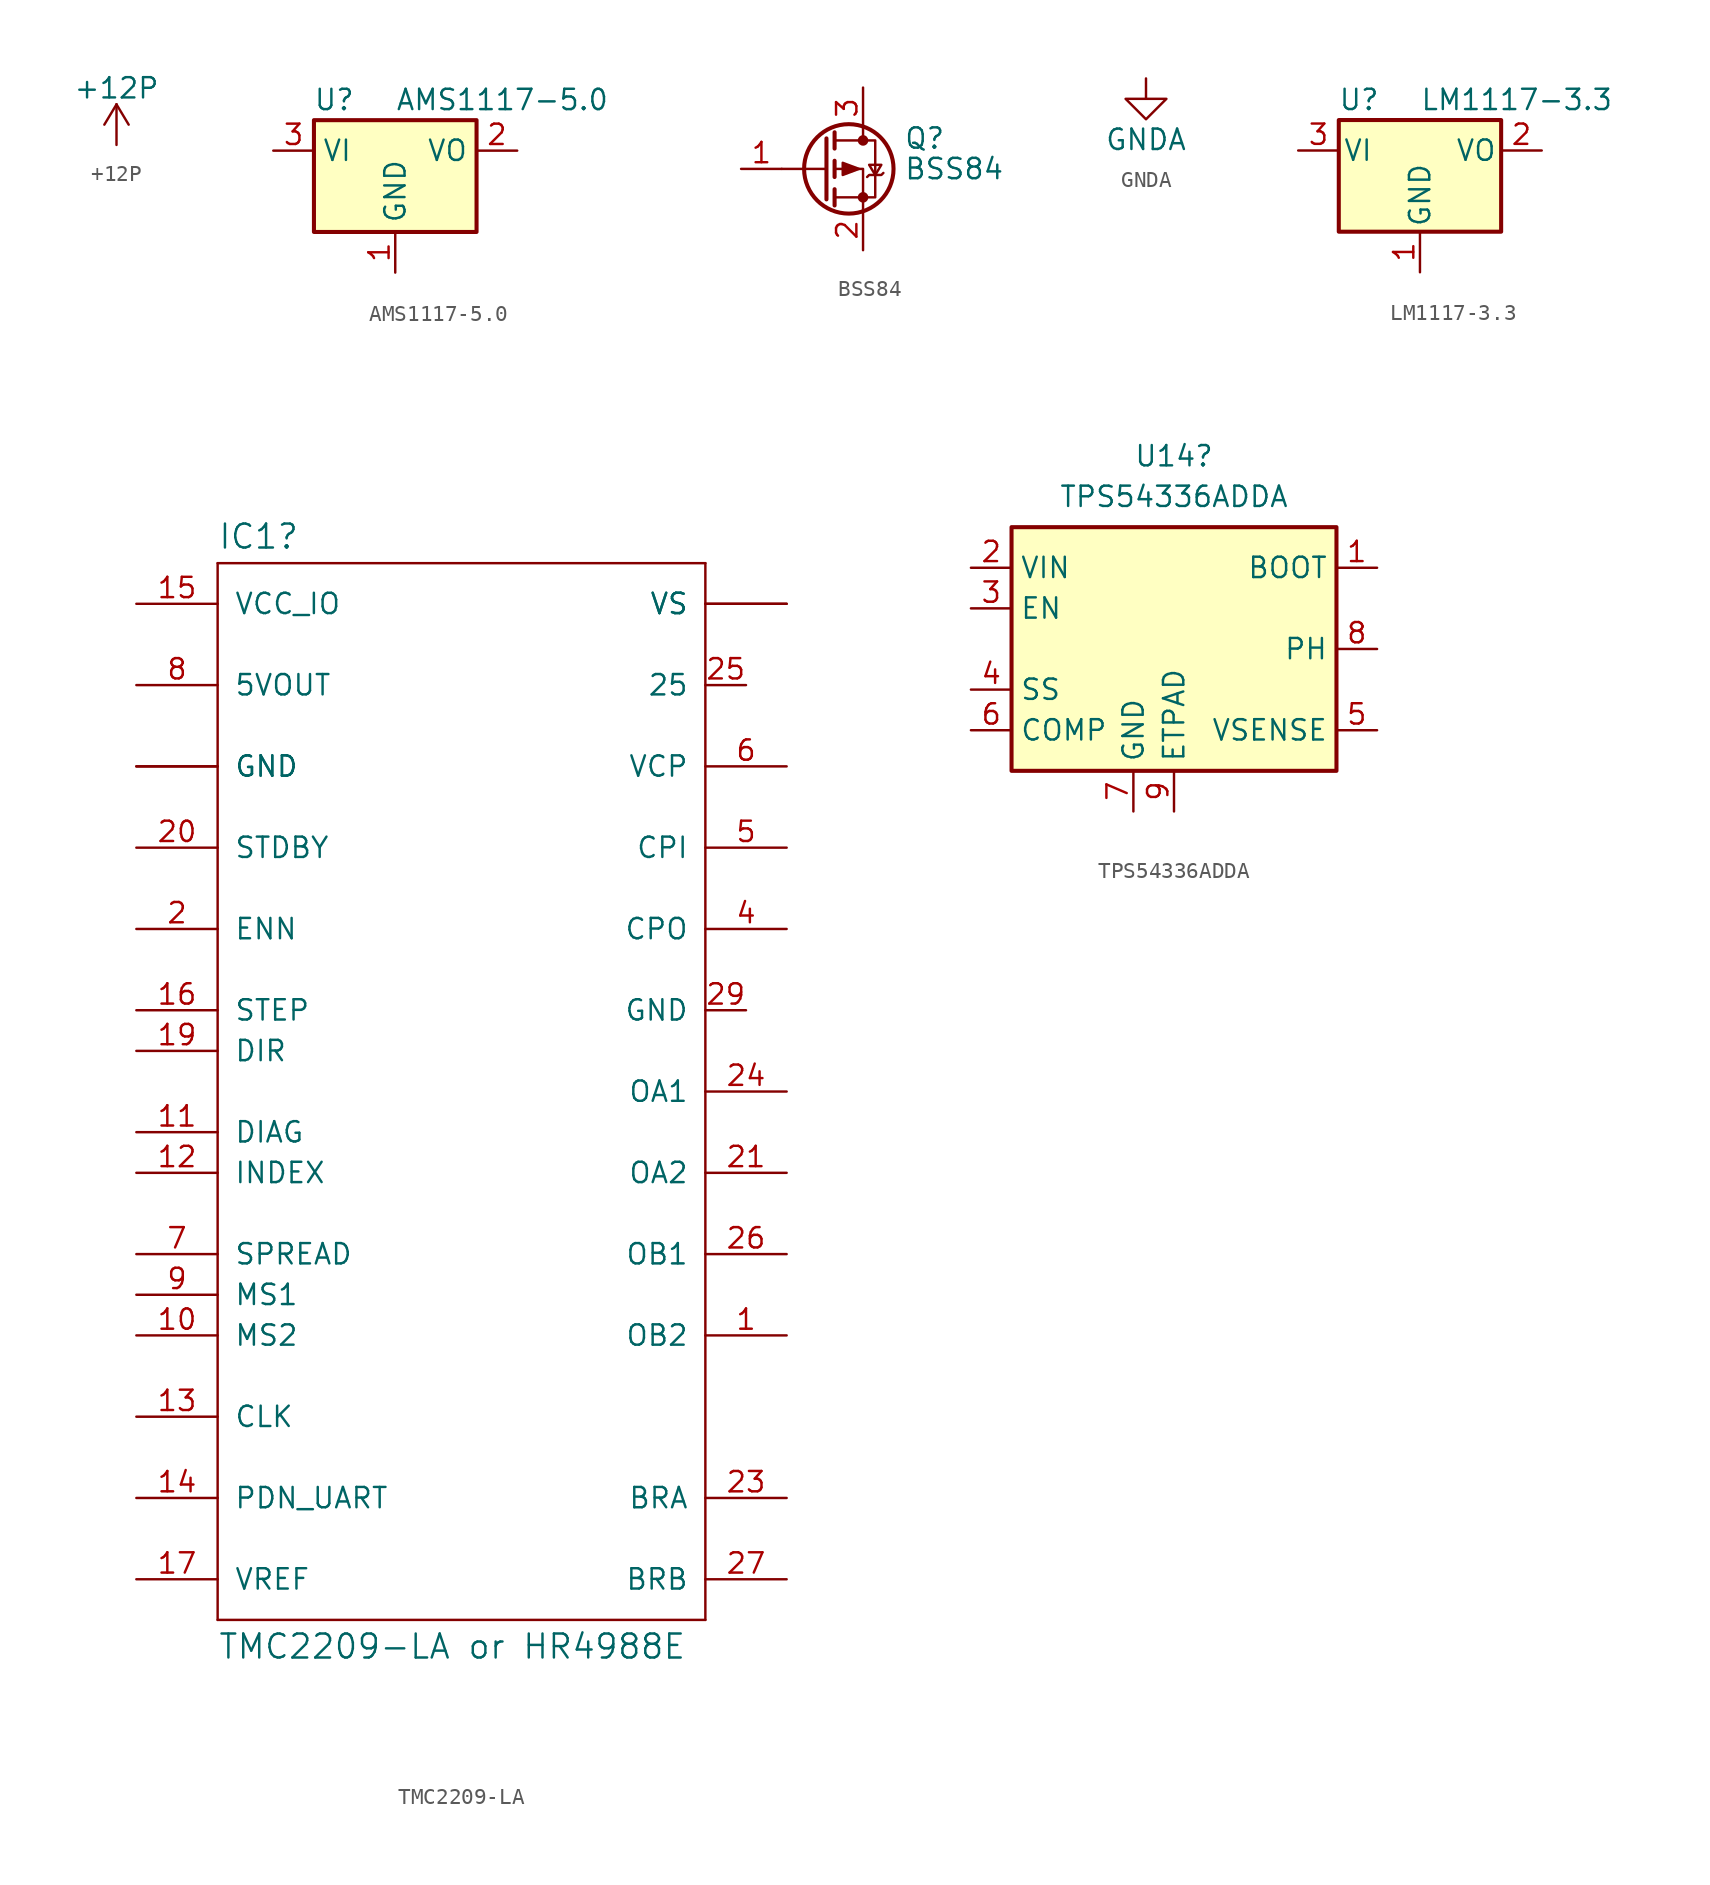
<source format=kicad_sym>
(kicad_symbol_lib
  (version 20231120)
  (generator "kicad_symbol_editor")
  (generator_version "8.0")
  (symbol "+12P"
    (power)
    (pin_names
      (offset 0))
    (property "Reference" "#PWR"
      (at 0 -3.81 0)
      (effects (font (size 1.27 1.27)) (hide yes)))
    (property "Value" "+12P"
      (at 0 3.556 0)
      (effects (font (size 1.27 1.27))))
    (symbol "+12P_0_1"
      (polyline (pts (xy -0.762 1.27) (xy 0 2.54)) (stroke (width 0) (type default)) (fill (type none)))
      (polyline (pts (xy 0 0) (xy 0 2.54)) (stroke (width 0) (type default)) (fill (type none)))
      (polyline (pts (xy 0 2.54) (xy 0.762 1.27)) (stroke (width 0) (type default)) (fill (type none))))
    (symbol "+12P_1_1"
      (pin power_in line (at 0 0 90) (length 0) hide (name "+12P" (effects (font (size 1.27 1.27)))) (number "1" (effects (font (size 1.27 1.27)))))))
  (symbol "AMS1117-5.0"
    (property "Reference" "U"
      (at -3.81 3.175 0)
      (effects (font (size 1.27 1.27))))
    (property "Value" "AMS1117-5.0"
      (at 0 3.175 0)
      (effects (font (size 1.27 1.27)) (justify left)))
    (symbol "AMS1117-5.0_0_1"
      (rectangle (start -5.08 -5.08) (end 5.08 1.905) (stroke (width 0.254) (type default)) (fill (type background))))
    (symbol "AMS1117-5.0_1_1"
      (pin power_in line (at 0 -7.62 90) (length 2.54) (name "GND" (effects (font (size 1.27 1.27)))) (number "1" (effects (font (size 1.27 1.27)))))
      (pin power_out line (at 7.62 0 180) (length 2.54) (name "VO" (effects (font (size 1.27 1.27)))) (number "2" (effects (font (size 1.27 1.27)))))
      (pin power_in line (at -7.62 0 0) (length 2.54) (name "VI" (effects (font (size 1.27 1.27)))) (number "3" (effects (font (size 1.27 1.27)))))))
  (symbol "BSS84"
    (pin_names hide)
    (property "Reference" "Q"
      (at 5.08 1.905 0)
      (effects (font (size 1.27 1.27)) (justify left)))
    (property "Value" "BSS84"
      (at 5.08 0 0)
      (effects (font (size 1.27 1.27)) (justify left)))
    (symbol "BSS84_0_1"
      (polyline (pts (xy 0.254 0) (xy -2.54 0)) (stroke (width 0) (type default)) (fill (type none)))
      (polyline (pts (xy 0.254 1.905) (xy 0.254 -1.905)) (stroke (width 0.254) (type default)) (fill (type none)))
      (polyline (pts (xy 0.762 -1.27) (xy 0.762 -2.286)) (stroke (width 0.254) (type default)) (fill (type none)))
      (polyline (pts (xy 0.762 0.508) (xy 0.762 -0.508)) (stroke (width 0.254) (type default)) (fill (type none)))
      (polyline (pts (xy 0.762 2.286) (xy 0.762 1.27)) (stroke (width 0.254) (type default)) (fill (type none)))
      (polyline (pts (xy 2.54 2.54) (xy 2.54 1.778)) (stroke (width 0) (type default)) (fill (type none)))
      (polyline (pts (xy 2.54 -2.54) (xy 2.54 0) (xy 0.762 0)) (stroke (width 0) (type default)) (fill (type none)))
      (polyline (pts (xy 0.762 1.778) (xy 3.302 1.778) (xy 3.302 -1.778) (xy 0.762 -1.778)) (stroke (width 0) (type default)) (fill (type none)))
      (polyline (pts (xy 2.286 0) (xy 1.27 0.381) (xy 1.27 -0.381) (xy 2.286 0)) (stroke (width 0) (type default)) (fill (type outline)))
      (polyline (pts (xy 2.794 -0.508) (xy 2.921 -0.381) (xy 3.683 -0.381) (xy 3.81 -0.254)) (stroke (width 0) (type default)) (fill (type none)))
      (polyline (pts (xy 3.302 -0.381) (xy 2.921 0.254) (xy 3.683 0.254) (xy 3.302 -0.381)) (stroke (width 0) (type default)) (fill (type none)))
      (circle (center 1.651 0) (radius 2.794) (stroke (width 0.254) (type default)) (fill (type none)))
      (circle (center 2.54 -1.778) (radius 0.254) (stroke (width 0) (type default)) (fill (type outline)))
      (circle (center 2.54 1.778) (radius 0.254) (stroke (width 0) (type default)) (fill (type outline))))
    (symbol "BSS84_1_1"
      (pin input line (at -5.08 0 0) (length 2.54) (name "G" (effects (font (size 1.27 1.27)))) (number "1" (effects (font (size 1.27 1.27)))))
      (pin passive line (at 2.54 -5.08 90) (length 2.54) (name "S" (effects (font (size 1.27 1.27)))) (number "2" (effects (font (size 1.27 1.27)))))
      (pin passive line (at 2.54 5.08 270) (length 2.54) (name "D" (effects (font (size 1.27 1.27)))) (number "3" (effects (font (size 1.27 1.27)))))))
  (symbol "GNDA"
    (power)
    (pin_names
      (offset 0))
    (property "Reference" "#PWR"
      (at 0 -6.35 0)
      (effects (font (size 1.27 1.27)) (hide yes)))
    (property "Value" "GNDA"
      (at 0 -3.81 0)
      (effects (font (size 1.27 1.27))))
    (symbol "GNDA_0_1"
      (polyline (pts (xy 0 0) (xy 0 -1.27) (xy 1.27 -1.27) (xy 0 -2.54) (xy -1.27 -1.27) (xy 0 -1.27)) (stroke (width 0) (type default)) (fill (type none))))
    (symbol "GNDA_1_1"
      (pin power_in line (at 0 0 270) (length 0) hide (name "GNDA" (effects (font (size 1.27 1.27)))) (number "1" (effects (font (size 1.27 1.27)))))))
  (symbol "LM1117-3.3"
    (pin_names
      (offset 0.254))
    (property "Reference" "U"
      (at -3.81 3.175 0)
      (effects (font (size 1.27 1.27))))
    (property "Value" "LM1117-3.3"
      (at 0 3.175 0)
      (effects (font (size 1.27 1.27)) (justify left)))
    (symbol "LM1117-3.3_0_1"
      (rectangle (start -5.08 -5.08) (end 5.08 1.905) (stroke (width 0.254) (type default)) (fill (type background))))
    (symbol "LM1117-3.3_1_1"
      (pin power_in line (at 0 -7.62 90) (length 2.54) (name "GND" (effects (font (size 1.27 1.27)))) (number "1" (effects (font (size 1.27 1.27)))))
      (pin power_out line (at 7.62 0 180) (length 2.54) (name "VO" (effects (font (size 1.27 1.27)))) (number "2" (effects (font (size 1.27 1.27)))))
      (pin power_in line (at -7.62 0 0) (length 2.54) (name "VI" (effects (font (size 1.27 1.27)))) (number "3" (effects (font (size 1.27 1.27)))))))
  (symbol "TMC2209-LA"
    (pin_names
      (offset 1.016))
    (property "Reference" "IC1"
      (at -15.24 35.56 0)
      (effects (font (size 1.499 1.499)) (justify left top)))
    (property "Value" "TMC2209-LA or HR4988E"
      (at -15.24 -35.56 0)
      (effects (font (size 1.499 1.499)) (justify left bottom)))
    (property "ki_locked" ""
      (at 0 0 0)
      (effects (font (size 1.27 1.27))))
    (symbol "TMC2209-LA_1_0"
      (polyline (pts (xy -15.24 -33.02) (xy 15.24 -33.02)) (stroke (width 0) (type solid)) (fill (type none)))
      (polyline (pts (xy -15.24 33.02) (xy -15.24 -33.02)) (stroke (width 0) (type solid)) (fill (type none)))
      (polyline (pts (xy 15.24 -33.02) (xy 15.24 33.02)) (stroke (width 0) (type solid)) (fill (type none)))
      (polyline (pts (xy 15.24 33.02) (xy -15.24 33.02)) (stroke (width 0) (type solid)) (fill (type none)))
      (pin output line (at 20.32 -15.24 180) (length 5.08) (name "OB2" (effects (font (size 1.27 1.27)))) (number "1" (effects (font (size 1.27 1.27)))))
      (pin bidirectional line (at -20.32 -15.24 0) (length 5.08) (name "MS2" (effects (font (size 1.27 1.27)))) (number "10" (effects (font (size 1.27 1.27)))))
      (pin bidirectional line (at -20.32 -2.54 0) (length 5.08) (name "DIAG" (effects (font (size 1.27 1.27)))) (number "11" (effects (font (size 1.27 1.27)))))
      (pin bidirectional line (at -20.32 -5.08 0) (length 5.08) (name "INDEX" (effects (font (size 1.27 1.27)))) (number "12" (effects (font (size 1.27 1.27)))))
      (pin bidirectional line (at -20.32 -20.32 0) (length 5.08) (name "CLK" (effects (font (size 1.27 1.27)))) (number "13" (effects (font (size 1.27 1.27)))))
      (pin bidirectional line (at -20.32 -25.4 0) (length 5.08) (name "PDN_UART" (effects (font (size 1.27 1.27)))) (number "14" (effects (font (size 1.27 1.27)))))
      (pin power_in line (at -20.32 30.48 0) (length 5.08) (name "VCC_IO" (effects (font (size 1.27 1.27)))) (number "15" (effects (font (size 1.27 1.27)))))
      (pin bidirectional line (at -20.32 5.08 0) (length 5.08) (name "STEP" (effects (font (size 1.27 1.27)))) (number "16" (effects (font (size 1.27 1.27)))))
      (pin passive line (at -20.32 -30.48 0) (length 5.08) (name "VREF" (effects (font (size 1.27 1.27)))) (number "17" (effects (font (size 1.27 1.27)))))
      (pin power_in line (at -20.32 20.32 0) (length 5.08) (name "GND" (effects (font (size 1.27 1.27)))) (number "18" (effects (font (size 0 0)))))
      (pin bidirectional line (at -20.32 2.54 0) (length 5.08) (name "DIR" (effects (font (size 1.27 1.27)))) (number "19" (effects (font (size 1.27 1.27)))))
      (pin bidirectional line (at -20.32 10.16 0) (length 5.08) (name "ENN" (effects (font (size 1.27 1.27)))) (number "2" (effects (font (size 1.27 1.27)))))
      (pin bidirectional line (at -20.32 15.24 0) (length 5.08) (name "STDBY" (effects (font (size 1.27 1.27)))) (number "20" (effects (font (size 1.27 1.27)))))
      (pin output line (at 20.32 -5.08 180) (length 5.08) (name "OA2" (effects (font (size 1.27 1.27)))) (number "21" (effects (font (size 1.27 1.27)))))
      (pin power_in line (at 20.32 30.48 180) (length 5.08) (name "VS" (effects (font (size 1.27 1.27)))) (number "22" (effects (font (size 0 0)))))
      (pin output line (at 20.32 -25.4 180) (length 5.08) (name "BRA" (effects (font (size 1.27 1.27)))) (number "23" (effects (font (size 1.27 1.27)))))
      (pin output line (at 20.32 0 180) (length 5.08) (name "OA1" (effects (font (size 1.27 1.27)))) (number "24" (effects (font (size 1.27 1.27)))))
      (pin output line (at 20.32 -10.16 180) (length 5.08) (name "OB1" (effects (font (size 1.27 1.27)))) (number "26" (effects (font (size 1.27 1.27)))))
      (pin output line (at 20.32 -30.48 180) (length 5.08) (name "BRB" (effects (font (size 1.27 1.27)))) (number "27" (effects (font (size 1.27 1.27)))))
      (pin power_in line (at 20.32 30.48 180) (length 5.08) (name "VS" (effects (font (size 1.27 1.27)))) (number "28" (effects (font (size 0 0)))))
      (pin power_in line (at -20.32 20.32 0) (length 5.08) (name "GND" (effects (font (size 1.27 1.27)))) (number "3" (effects (font (size 0 0)))))
      (pin passive line (at 20.32 10.16 180) (length 5.08) (name "CPO" (effects (font (size 1.27 1.27)))) (number "4" (effects (font (size 1.27 1.27)))))
      (pin passive line (at 20.32 15.24 180) (length 5.08) (name "CPI" (effects (font (size 1.27 1.27)))) (number "5" (effects (font (size 1.27 1.27)))))
      (pin passive line (at 20.32 20.32 180) (length 5.08) (name "VCP" (effects (font (size 1.27 1.27)))) (number "6" (effects (font (size 1.27 1.27)))))
      (pin bidirectional line (at -20.32 -10.16 0) (length 5.08) (name "SPREAD" (effects (font (size 1.27 1.27)))) (number "7" (effects (font (size 1.27 1.27)))))
      (pin power_in line (at -20.32 25.4 0) (length 5.08) (name "5VOUT" (effects (font (size 1.27 1.27)))) (number "8" (effects (font (size 1.27 1.27)))))
      (pin bidirectional line (at -20.32 -12.7 0) (length 5.08) (name "MS1" (effects (font (size 1.27 1.27)))) (number "9" (effects (font (size 1.27 1.27))))))
    (symbol "TMC2209-LA_1_1"
      (pin input line (at 17.78 25.4 180) (length 2.54) (name "25" (effects (font (size 1.27 1.27)))) (number "25" (effects (font (size 1.27 1.27)))))
      (pin input line (at 17.78 5.08 180) (length 2.54) (name "GND" (effects (font (size 1.27 1.27)))) (number "29" (effects (font (size 1.27 1.27)))))))
  (symbol "TPS54336ADDA"
    (property "Reference" "U14"
      (at 0 12.065 0)
      (effects (font (size 1.27 1.27))))
    (property "Value" "TPS54336ADDA"
      (at 0 9.525 0)
      (effects (font (size 1.27 1.27))))
    (symbol "TPS54336ADDA_1_1"
      (rectangle (start -10.16 7.62) (end 10.16 -7.62) (stroke (width 0.254) (type default)) (fill (type background)))
      (pin output line (at 12.7 5.08 180) (length 2.54) (name "BOOT" (effects (font (size 1.27 1.27)))) (number "1" (effects (font (size 1.27 1.27)))))
      (pin power_in line (at -12.7 5.08 0) (length 2.54) (name "VIN" (effects (font (size 1.27 1.27)))) (number "2" (effects (font (size 1.27 1.27)))))
      (pin input line (at -12.7 2.54 0) (length 2.54) (name "EN" (effects (font (size 1.27 1.27)))) (number "3" (effects (font (size 1.27 1.27)))))
      (pin output line (at -12.7 -2.54 0) (length 2.54) (name "SS" (effects (font (size 1.27 1.27)))) (number "4" (effects (font (size 1.27 1.27)))))
      (pin input line (at 12.7 -5.08 180) (length 2.54) (name "VSENSE" (effects (font (size 1.27 1.27)))) (number "5" (effects (font (size 1.27 1.27)))))
      (pin output line (at -12.7 -5.08 0) (length 2.54) (name "COMP" (effects (font (size 1.27 1.27)))) (number "6" (effects (font (size 1.27 1.27)))))
      (pin power_in line (at -2.54 -10.16 90) (length 2.54) (name "GND" (effects (font (size 1.27 1.27)))) (number "7" (effects (font (size 1.27 1.27)))))
      (pin output line (at 12.7 0 180) (length 2.54) (name "PH" (effects (font (size 1.27 1.27)))) (number "8" (effects (font (size 1.27 1.27)))))
      (pin power_in line (at 0 -10.16 90) (length 2.54) (name "ETPAD" (effects (font (size 1.27 1.27)))) (number "9" (effects (font (size 1.27 1.27))))))))
</source>
